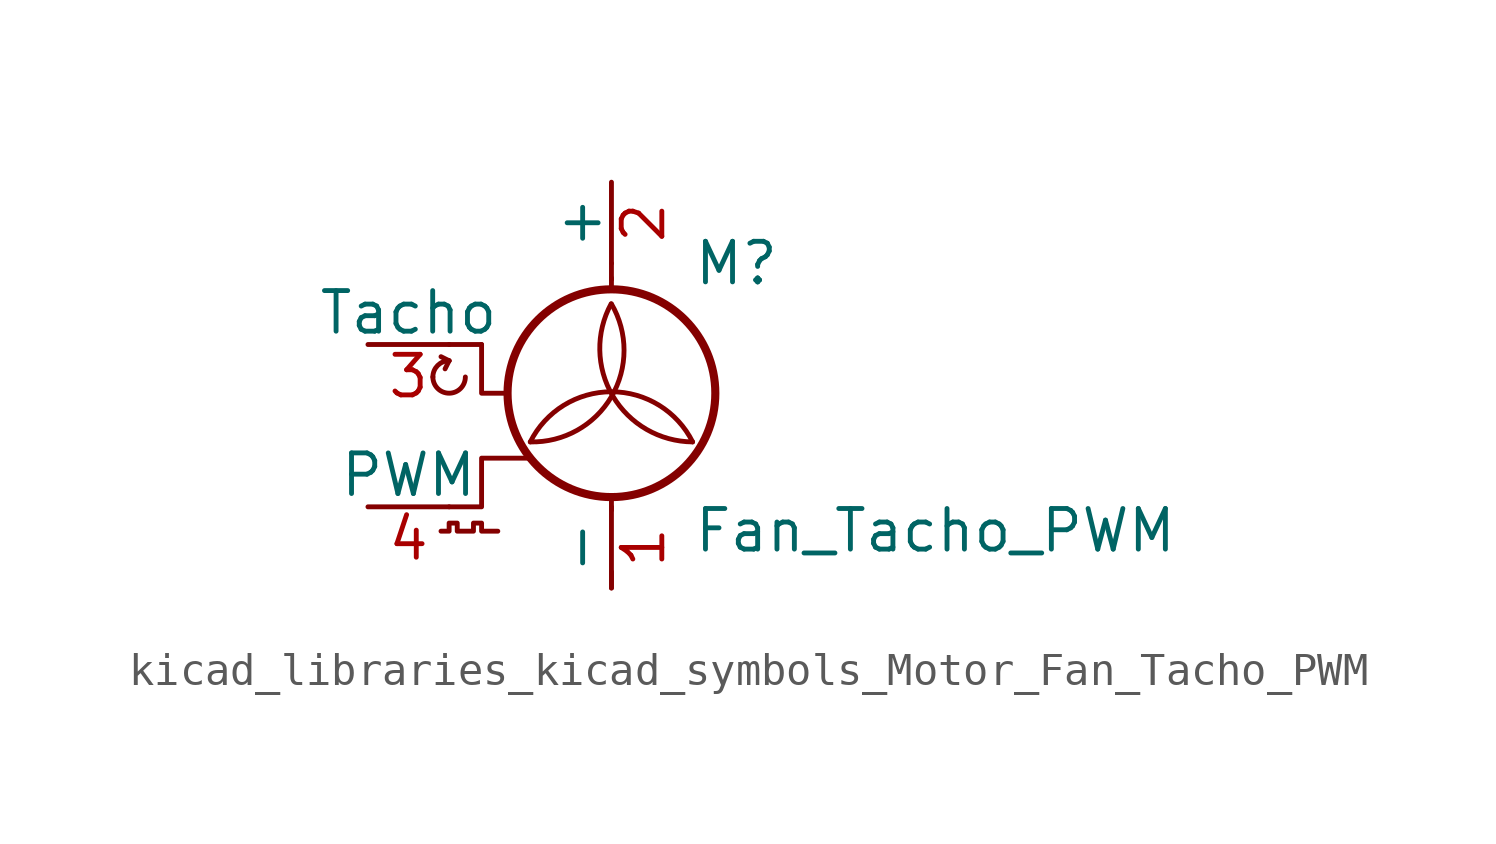
<source format=kicad_sym>
(kicad_symbol_lib
  (version 20220914)
  (generator kicad_symbol_editor)
  (symbol "kicad_libraries_kicad_symbols_Motor_Fan_Tacho_PWM"
    (pin_names
      (offset 0))
    (property "Reference" "M"
      (at 2.54 5.08 0)
      (effects (font (size 1.27 1.27)) (justify left)))
    (property "Value" "Fan_Tacho_PWM"
      (at 2.54 -2.54 0)
      (effects (font (size 1.27 1.27)) (justify left top)))
    (symbol "kicad_libraries_kicad_symbols_Motor_Fan_Tacho_PWM_0_0"
      (arc (start -5.588 1.524) (mid -5.08 1.0182) (end -4.572 1.524) (stroke (width 0) (type default)) (fill (type none)))
      (arc (start -5.08 2.032) (mid -5.4392 1.8832) (end -5.588 1.524) (stroke (width 0) (type default)) (fill (type none)))
      (polyline (pts (xy -5.08 2.032) (xy -5.334 2.159)) (stroke (width 0) (type default)) (fill (type none)))
      (polyline (pts (xy -5.08 2.032) (xy -5.207 1.778)) (stroke (width 0) (type default)) (fill (type none)))
      (polyline (pts (xy -4.064 2.54) (xy -4.064 1.016) (xy -3.302 1.016)) (stroke (width 0) (type default)) (fill (type none))))
    (symbol "kicad_libraries_kicad_symbols_Motor_Fan_Tacho_PWM_0_1"
      (arc (start -2.54 -0.508) (mid 0.0028 0.9121) (end 0 3.81) (stroke (width 0) (type default)) (fill (type none)))
      (polyline (pts (xy -4.064 2.54) (xy -5.08 2.54)) (stroke (width 0) (type default)) (fill (type none)))
      (polyline (pts (xy 0 -5.08) (xy 0 -4.572)) (stroke (width 0) (type default)) (fill (type none)))
      (polyline (pts (xy 0 -2.235) (xy 0 -2.642)) (stroke (width 0) (type default)) (fill (type none)))
      (polyline (pts (xy 0 4.267) (xy 0 4.623)) (stroke (width 0) (type default)) (fill (type none)))
      (polyline (pts (xy 0 4.572) (xy 0 5.08)) (stroke (width 0) (type default)) (fill (type none)))
      (polyline (pts (xy -2.54 -1.016) (xy -4.064 -1.016) (xy -4.064 -2.54) (xy -5.08 -2.54)) (stroke (width 0) (type default)) (fill (type none)))
      (polyline (pts (xy -5.334 -3.302) (xy -5.08 -3.302) (xy -5.08 -3.048) (xy -4.826 -3.048) (xy -4.826 -3.302) (xy -4.318 -3.302) (xy -4.318 -3.048) (xy -4.064 -3.048) (xy -4.064 -3.302) (xy -3.556 -3.302)) (stroke (width 0) (type default)) (fill (type none)))
      (circle (center 0 1.016) (radius 3.251) (stroke (width 0.254) (type default)) (fill (type none)))
      (arc (start 0 3.81) (mid 0.053 0.921) (end 2.54 -0.508) (stroke (width 0) (type default)) (fill (type none)))
      (arc (start 2.54 -0.508) (mid 0 1.0618) (end -2.54 -0.508) (stroke (width 0) (type default)) (fill (type none))))
    (symbol "kicad_libraries_kicad_symbols_Motor_Fan_Tacho_PWM_1_1"
      (pin passive line (at 0 -5.08 90) (length 2.54) (name "-" (effects (font (size 1.27 1.27)))) (number "1" (effects (font (size 1.27 1.27)))))
      (pin passive line (at 0 7.62 270) (length 2.54) (name "+" (effects (font (size 1.27 1.27)))) (number "2" (effects (font (size 1.27 1.27)))))
      (pin passive line (at -7.62 2.54 0) (length 2.54) (name "Tacho" (effects (font (size 1.27 1.27)))) (number "3" (effects (font (size 1.27 1.27)))))
      (pin input line (at -7.62 -2.54 0) (length 2.54) (name "PWM" (effects (font (size 1.27 1.27)))) (number "4" (effects (font (size 1.27 1.27))))))))
</source>
